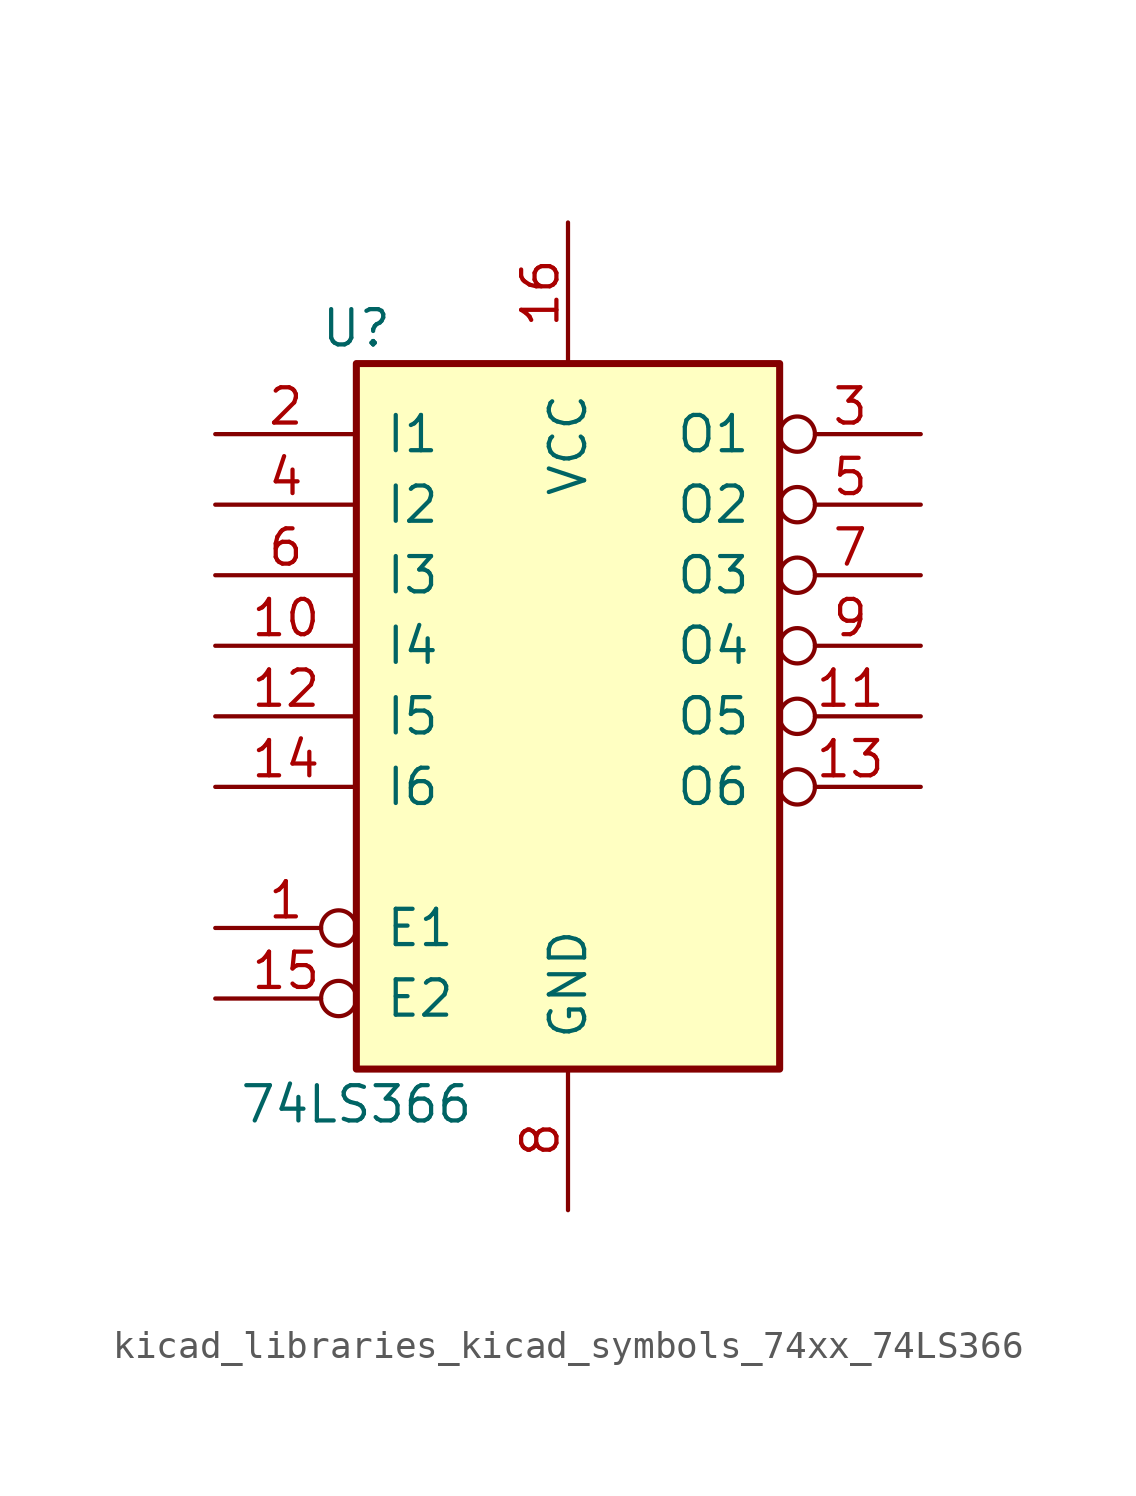
<source format=kicad_sym>
(kicad_symbol_lib
  (version 20220914)
  (generator kicad_symbol_editor)
  (symbol "kicad_libraries_kicad_symbols_74xx_74LS366"
    (pin_names
      (offset 1.016))
    (property "Reference" "U"
      (at -7.62 13.97 0)
      (effects (font (size 1.27 1.27))))
    (property "Value" "74LS366"
      (at -7.62 -13.97 0)
      (effects (font (size 1.27 1.27))))
    (property "ki_locked" ""
      (at 0 0 0)
      (effects (font (size 1.27 1.27))))
    (symbol "kicad_libraries_kicad_symbols_74xx_74LS366_1_0"
      (pin input inverted (at -12.7 -7.62 0) (length 5.08) (name "E1" (effects (font (size 1.27 1.27)))) (number "1" (effects (font (size 1.27 1.27)))))
      (pin input line (at -12.7 2.54 0) (length 5.08) (name "I4" (effects (font (size 1.27 1.27)))) (number "10" (effects (font (size 1.27 1.27)))))
      (pin tri_state inverted (at 12.7 0 180) (length 5.08) (name "O5" (effects (font (size 1.27 1.27)))) (number "11" (effects (font (size 1.27 1.27)))))
      (pin input line (at -12.7 0 0) (length 5.08) (name "I5" (effects (font (size 1.27 1.27)))) (number "12" (effects (font (size 1.27 1.27)))))
      (pin tri_state inverted (at 12.7 -2.54 180) (length 5.08) (name "O6" (effects (font (size 1.27 1.27)))) (number "13" (effects (font (size 1.27 1.27)))))
      (pin input line (at -12.7 -2.54 0) (length 5.08) (name "I6" (effects (font (size 1.27 1.27)))) (number "14" (effects (font (size 1.27 1.27)))))
      (pin input inverted (at -12.7 -10.16 0) (length 5.08) (name "E2" (effects (font (size 1.27 1.27)))) (number "15" (effects (font (size 1.27 1.27)))))
      (pin power_in line (at 0 17.78 270) (length 5.08) (name "VCC" (effects (font (size 1.27 1.27)))) (number "16" (effects (font (size 1.27 1.27)))))
      (pin input line (at -12.7 10.16 0) (length 5.08) (name "I1" (effects (font (size 1.27 1.27)))) (number "2" (effects (font (size 1.27 1.27)))))
      (pin tri_state inverted (at 12.7 10.16 180) (length 5.08) (name "O1" (effects (font (size 1.27 1.27)))) (number "3" (effects (font (size 1.27 1.27)))))
      (pin input line (at -12.7 7.62 0) (length 5.08) (name "I2" (effects (font (size 1.27 1.27)))) (number "4" (effects (font (size 1.27 1.27)))))
      (pin tri_state inverted (at 12.7 7.62 180) (length 5.08) (name "O2" (effects (font (size 1.27 1.27)))) (number "5" (effects (font (size 1.27 1.27)))))
      (pin input line (at -12.7 5.08 0) (length 5.08) (name "I3" (effects (font (size 1.27 1.27)))) (number "6" (effects (font (size 1.27 1.27)))))
      (pin tri_state inverted (at 12.7 5.08 180) (length 5.08) (name "O3" (effects (font (size 1.27 1.27)))) (number "7" (effects (font (size 1.27 1.27)))))
      (pin power_in line (at 0 -17.78 90) (length 5.08) (name "GND" (effects (font (size 1.27 1.27)))) (number "8" (effects (font (size 1.27 1.27)))))
      (pin tri_state inverted (at 12.7 2.54 180) (length 5.08) (name "O4" (effects (font (size 1.27 1.27)))) (number "9" (effects (font (size 1.27 1.27))))))
    (symbol "kicad_libraries_kicad_symbols_74xx_74LS366_1_1"
      (rectangle (start -7.62 12.7) (end 7.62 -12.7) (stroke (width 0.254) (type default)) (fill (type background))))))
</source>
